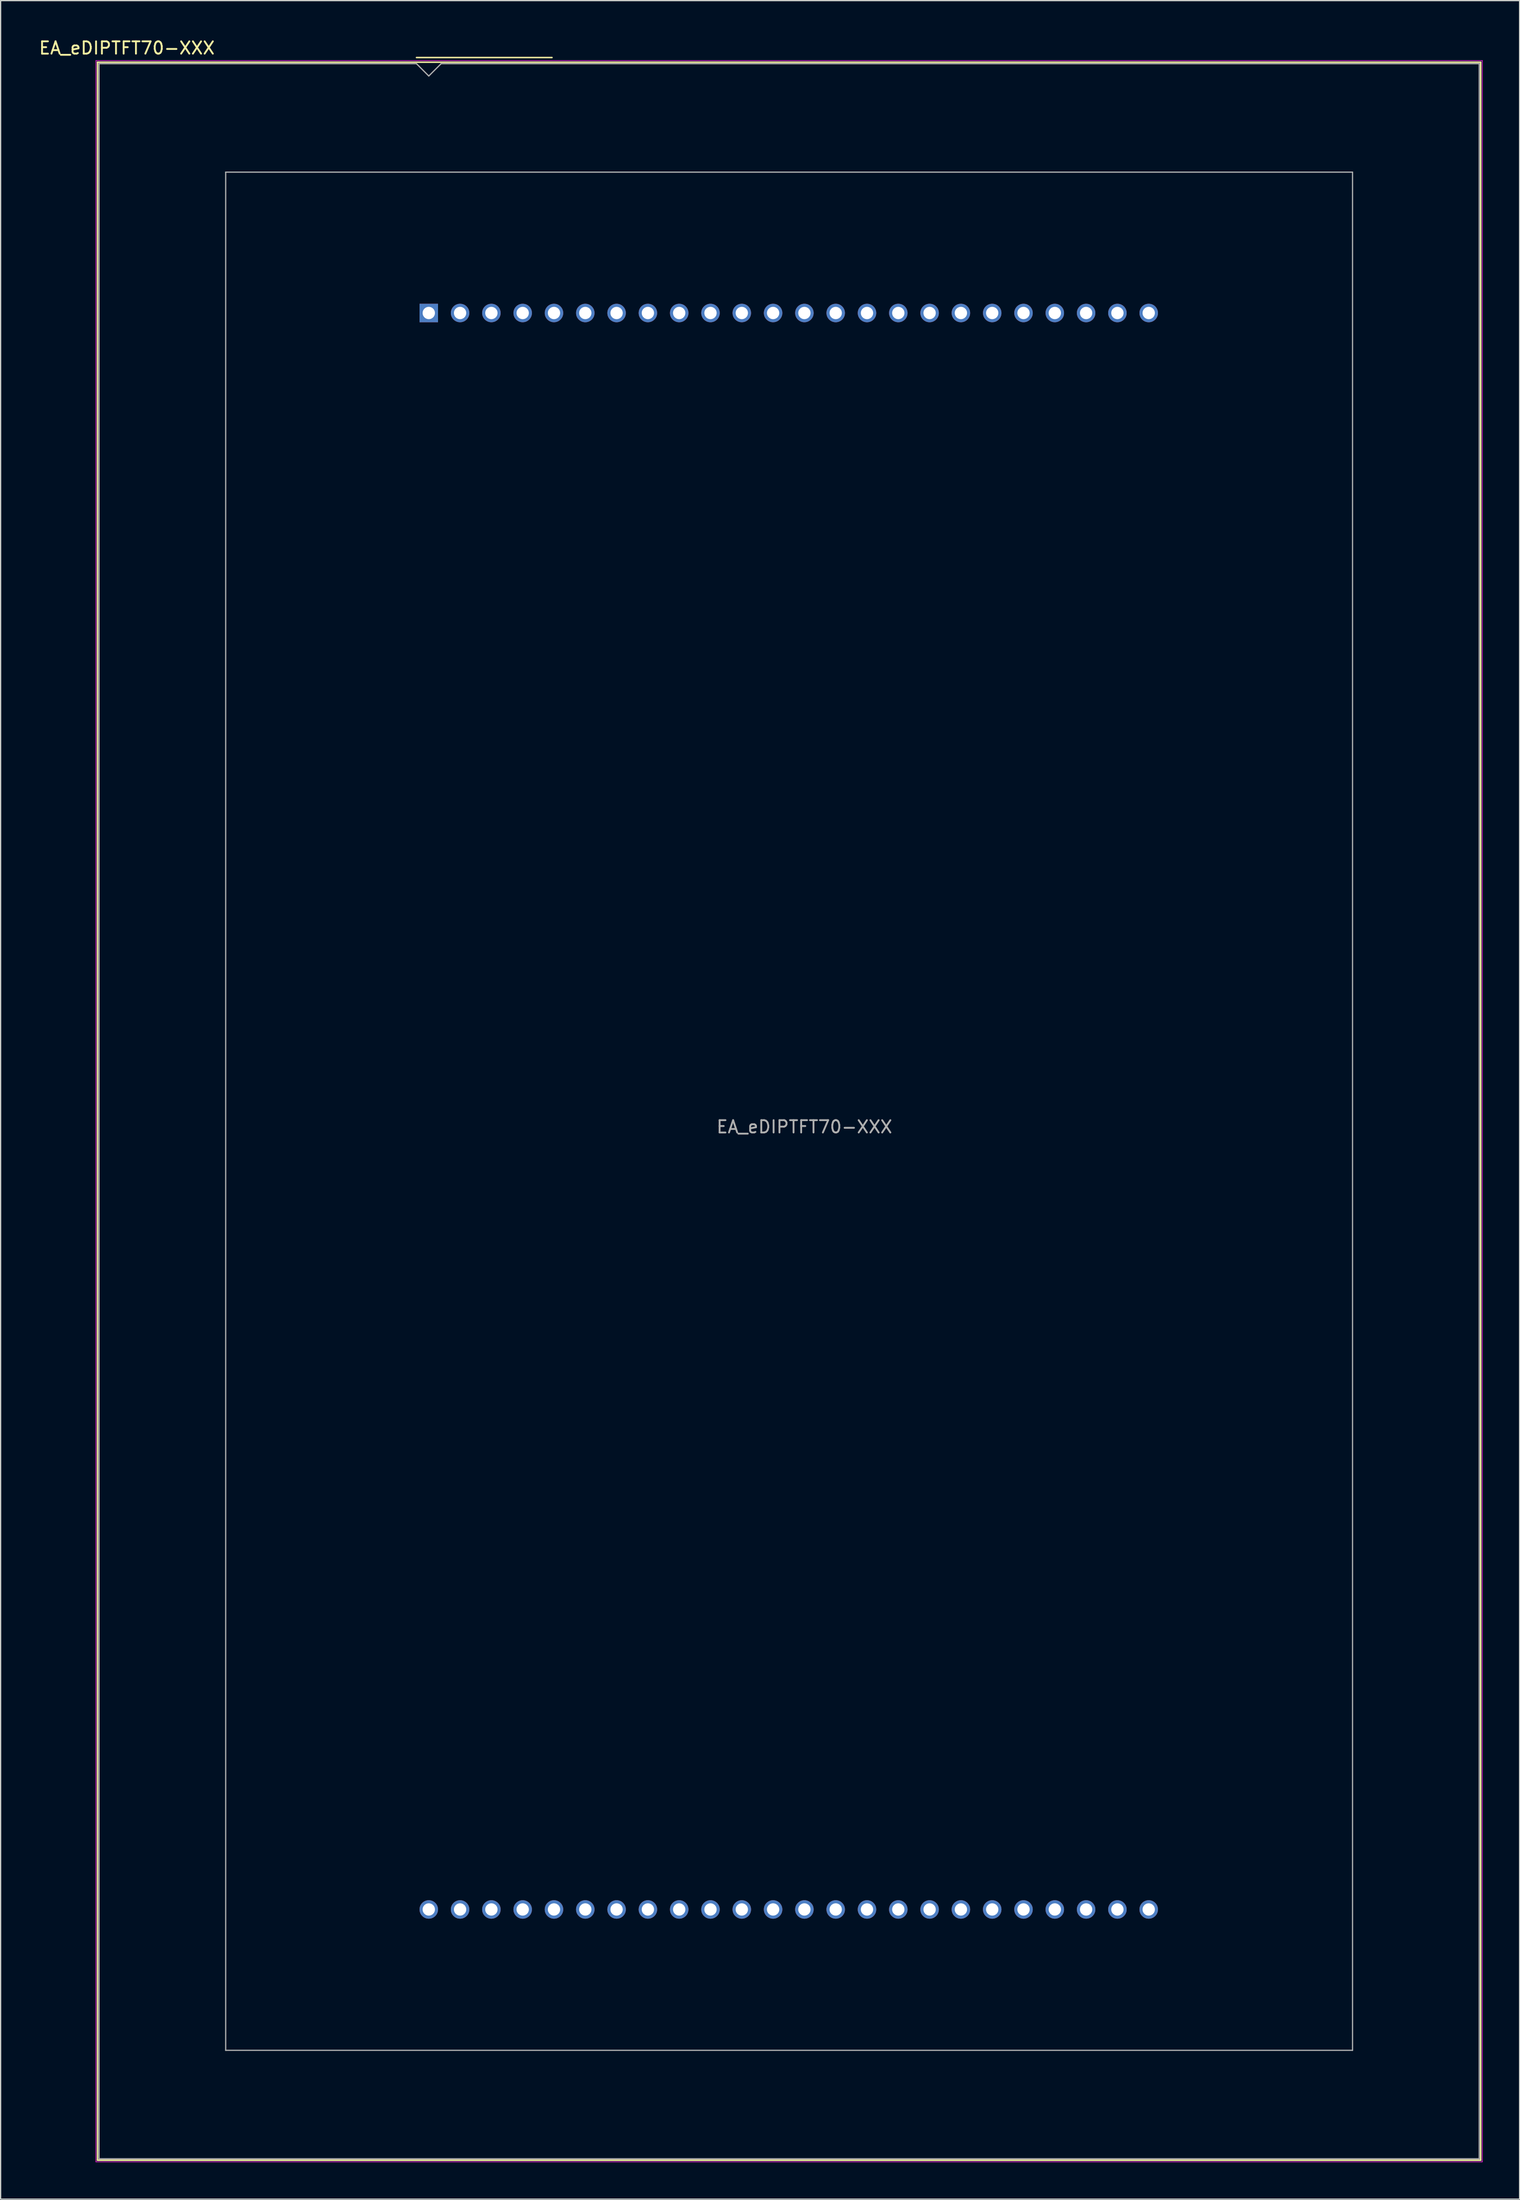
<source format=kicad_pcb>
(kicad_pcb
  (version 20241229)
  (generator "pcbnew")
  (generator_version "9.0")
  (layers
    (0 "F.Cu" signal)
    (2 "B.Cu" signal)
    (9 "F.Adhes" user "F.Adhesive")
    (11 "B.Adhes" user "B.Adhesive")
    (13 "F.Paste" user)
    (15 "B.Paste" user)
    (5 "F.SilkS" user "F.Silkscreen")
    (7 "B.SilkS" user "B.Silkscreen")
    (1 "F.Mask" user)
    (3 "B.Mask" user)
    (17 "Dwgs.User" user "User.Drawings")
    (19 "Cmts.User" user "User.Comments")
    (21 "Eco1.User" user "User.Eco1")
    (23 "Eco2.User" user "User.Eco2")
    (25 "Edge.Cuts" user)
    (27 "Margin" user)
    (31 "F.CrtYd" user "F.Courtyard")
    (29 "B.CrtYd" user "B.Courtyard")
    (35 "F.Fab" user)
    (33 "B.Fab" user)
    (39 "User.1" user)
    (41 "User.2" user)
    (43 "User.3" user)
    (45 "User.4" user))
  (footprint "EA_eDIPTFT70-XXX"
    (layer "F.Cu")
    (at 31.744 22.348)
    (property "Reference" "EA_eDIPTFT70-XXX" (at -24.5 -21.5 0) (layer "F.SilkS") (effects (font (size 1 1) (thickness 0.15))))
    (attr through_hole)
    (fp_line (start -26.88 -20.35) (end 85.36 -20.35) (stroke (width 0.12) (type solid)) (layer "F.SilkS"))
    (fp_line (start -26.88 149.89) (end -26.88 -20.35) (stroke (width 0.12) (type solid)) (layer "F.SilkS"))
    (fp_line (start -1 -20.73) (end 10 -20.73) (stroke (width 0.12) (type solid)) (layer "F.SilkS"))
    (fp_line (start 85.36 -20.35) (end 85.36 149.89) (stroke (width 0.12) (type solid)) (layer "F.SilkS"))
    (fp_line (start 85.36 149.89) (end -26.88 149.89) (stroke (width 0.12) (type solid)) (layer "F.SilkS"))
    (fp_line (start -27.01 -20.48) (end 85.49 -20.48) (stroke (width 0.05) (type solid)) (layer "F.CrtYd"))
    (fp_line (start -27.01 150.02) (end -27.01 -20.48) (stroke (width 0.05) (type solid)) (layer "F.CrtYd"))
    (fp_line (start 85.49 -20.48) (end 85.49 150.02) (stroke (width 0.05) (type solid)) (layer "F.CrtYd"))
    (fp_line (start 85.49 150.02) (end -27.01 150.02) (stroke (width 0.05) (type solid)) (layer "F.CrtYd"))
    (fp_line (start -26.76 -20.23) (end -1 -20.23) (stroke (width 0.1) (type solid)) (layer "F.Fab"))
    (fp_line (start -26.76 149.77) (end -26.76 -20.23) (stroke (width 0.1) (type solid)) (layer "F.Fab"))
    (fp_line (start -16.48 -11.43) (end -16.48 140.97) (stroke (width 0.1) (type solid)) (layer "F.Fab"))
    (fp_line (start -16.48 140.97) (end 74.96 140.97) (stroke (width 0.1) (type solid)) (layer "F.Fab"))
    (fp_line (start -1 -20.23) (end 0 -19.23) (stroke (width 0.1) (type solid)) (layer "F.Fab"))
    (fp_line (start 0 -19.23) (end 1 -20.23) (stroke (width 0.1) (type solid)) (layer "F.Fab"))
    (fp_line (start 1 -20.23) (end 85.24 -20.23) (stroke (width 0.1) (type solid)) (layer "F.Fab"))
    (fp_line (start 74.96 -11.43) (end -16.48 -11.43) (stroke (width 0.1) (type solid)) (layer "F.Fab"))
    (fp_line (start 74.96 140.97) (end 74.96 -11.43) (stroke (width 0.1) (type solid)) (layer "F.Fab"))
    (fp_line (start 85.24 -20.23) (end 85.24 149.77) (stroke (width 0.1) (type solid)) (layer "F.Fab"))
    (fp_line (start 85.24 149.77) (end -26.76 149.77) (stroke (width 0.1) (type solid)) (layer "F.Fab"))
    (fp_text user "${REFERENCE}" (at 30.48 66.04 0) (layer "F.Fab") (effects (font (size 1 1) (thickness 0.15))))
    (pad "1" thru_hole rect (at 0 0) (size 1.5 1.5) (drill 1) (layers "*.Cu" "*.Mask"))
    (pad "2" thru_hole circle (at 2.54 0) (size 1.5 1.5) (drill 1) (layers "*.Cu" "*.Mask"))
    (pad "3" thru_hole circle (at 5.08 0) (size 1.5 1.5) (drill 1) (layers "*.Cu" "*.Mask"))
    (pad "4" thru_hole circle (at 7.62 0) (size 1.5 1.5) (drill 1) (layers "*.Cu" "*.Mask"))
    (pad "5" thru_hole circle (at 10.16 0) (size 1.5 1.5) (drill 1) (layers "*.Cu" "*.Mask"))
    (pad "6" thru_hole circle (at 12.7 0) (size 1.5 1.5) (drill 1) (layers "*.Cu" "*.Mask"))
    (pad "7" thru_hole circle (at 15.24 0) (size 1.5 1.5) (drill 1) (layers "*.Cu" "*.Mask"))
    (pad "8" thru_hole circle (at 17.78 0) (size 1.5 1.5) (drill 1) (layers "*.Cu" "*.Mask"))
    (pad "9" thru_hole circle (at 20.32 0) (size 1.5 1.5) (drill 1) (layers "*.Cu" "*.Mask"))
    (pad "10" thru_hole circle (at 22.86 0) (size 1.5 1.5) (drill 1) (layers "*.Cu" "*.Mask"))
    (pad "11" thru_hole circle (at 25.4 0) (size 1.5 1.5) (drill 1) (layers "*.Cu" "*.Mask"))
    (pad "12" thru_hole circle (at 27.94 0) (size 1.5 1.5) (drill 1) (layers "*.Cu" "*.Mask"))
    (pad "13" thru_hole circle (at 30.48 0) (size 1.5 1.5) (drill 1) (layers "*.Cu" "*.Mask"))
    (pad "14" thru_hole circle (at 33.02 0) (size 1.5 1.5) (drill 1) (layers "*.Cu" "*.Mask"))
    (pad "15" thru_hole circle (at 35.56 0) (size 1.5 1.5) (drill 1) (layers "*.Cu" "*.Mask"))
    (pad "16" thru_hole circle (at 38.1 0) (size 1.5 1.5) (drill 1) (layers "*.Cu" "*.Mask"))
    (pad "17" thru_hole circle (at 40.64 0) (size 1.5 1.5) (drill 1) (layers "*.Cu" "*.Mask"))
    (pad "18" thru_hole circle (at 43.18 0) (size 1.5 1.5) (drill 1) (layers "*.Cu" "*.Mask"))
    (pad "19" thru_hole circle (at 45.72 0) (size 1.5 1.5) (drill 1) (layers "*.Cu" "*.Mask"))
    (pad "20" thru_hole circle (at 48.26 0) (size 1.5 1.5) (drill 1) (layers "*.Cu" "*.Mask"))
    (pad "21" thru_hole circle (at 50.8 0) (size 1.5 1.5) (drill 1) (layers "*.Cu" "*.Mask"))
    (pad "22" thru_hole circle (at 53.34 0) (size 1.5 1.5) (drill 1) (layers "*.Cu" "*.Mask"))
    (pad "23" thru_hole circle (at 55.88 0) (size 1.5 1.5) (drill 1) (layers "*.Cu" "*.Mask"))
    (pad "24" thru_hole circle (at 58.42 0) (size 1.5 1.5) (drill 1) (layers "*.Cu" "*.Mask"))
    (pad "25" thru_hole circle (at 58.42 129.54) (size 1.5 1.5) (drill 1) (layers "*.Cu" "*.Mask"))
    (pad "26" thru_hole circle (at 55.88 129.54) (size 1.5 1.5) (drill 1) (layers "*.Cu" "*.Mask"))
    (pad "27" thru_hole circle (at 53.34 129.54) (size 1.5 1.5) (drill 1) (layers "*.Cu" "*.Mask"))
    (pad "28" thru_hole circle (at 50.8 129.54) (size 1.5 1.5) (drill 1) (layers "*.Cu" "*.Mask"))
    (pad "29" thru_hole circle (at 48.26 129.54) (size 1.5 1.5) (drill 1) (layers "*.Cu" "*.Mask"))
    (pad "30" thru_hole circle (at 45.72 129.54) (size 1.5 1.5) (drill 1) (layers "*.Cu" "*.Mask"))
    (pad "31" thru_hole circle (at 43.18 129.54) (size 1.5 1.5) (drill 1) (layers "*.Cu" "*.Mask"))
    (pad "32" thru_hole circle (at 40.64 129.54) (size 1.5 1.5) (drill 1) (layers "*.Cu" "*.Mask"))
    (pad "33" thru_hole circle (at 38.1 129.54) (size 1.5 1.5) (drill 1) (layers "*.Cu" "*.Mask"))
    (pad "34" thru_hole circle (at 35.56 129.54) (size 1.5 1.5) (drill 1) (layers "*.Cu" "*.Mask"))
    (pad "35" thru_hole circle (at 33.02 129.54) (size 1.5 1.5) (drill 1) (layers "*.Cu" "*.Mask"))
    (pad "36" thru_hole circle (at 30.48 129.54) (size 1.5 1.5) (drill 1) (layers "*.Cu" "*.Mask"))
    (pad "37" thru_hole circle (at 27.94 129.54) (size 1.5 1.5) (drill 1) (layers "*.Cu" "*.Mask"))
    (pad "38" thru_hole circle (at 25.4 129.54) (size 1.5 1.5) (drill 1) (layers "*.Cu" "*.Mask"))
    (pad "39" thru_hole circle (at 22.86 129.54) (size 1.5 1.5) (drill 1) (layers "*.Cu" "*.Mask"))
    (pad "40" thru_hole circle (at 20.32 129.54) (size 1.5 1.5) (drill 1) (layers "*.Cu" "*.Mask"))
    (pad "41" thru_hole circle (at 17.78 129.54) (size 1.5 1.5) (drill 1) (layers "*.Cu" "*.Mask"))
    (pad "42" thru_hole circle (at 15.24 129.54) (size 1.5 1.5) (drill 1) (layers "*.Cu" "*.Mask"))
    (pad "43" thru_hole circle (at 12.7 129.54) (size 1.5 1.5) (drill 1) (layers "*.Cu" "*.Mask"))
    (pad "44" thru_hole circle (at 10.16 129.54) (size 1.5 1.5) (drill 1) (layers "*.Cu" "*.Mask"))
    (pad "45" thru_hole circle (at 7.62 129.54) (size 1.5 1.5) (drill 1) (layers "*.Cu" "*.Mask"))
    (pad "46" thru_hole circle (at 5.08 129.54) (size 1.5 1.5) (drill 1) (layers "*.Cu" "*.Mask"))
    (pad "47" thru_hole circle (at 2.54 129.54) (size 1.5 1.5) (drill 1) (layers "*.Cu" "*.Mask"))
    (pad "48" thru_hole circle (at 0 129.54) (size 1.5 1.5) (drill 1) (layers "*.Cu" "*.Mask")))
  (gr_rect
    (start -3 -3)
    (end 120.259 175.393)
    (stroke (width 0.1) (type default))
    (fill no)
    (layer "Edge.Cuts")))
</source>
